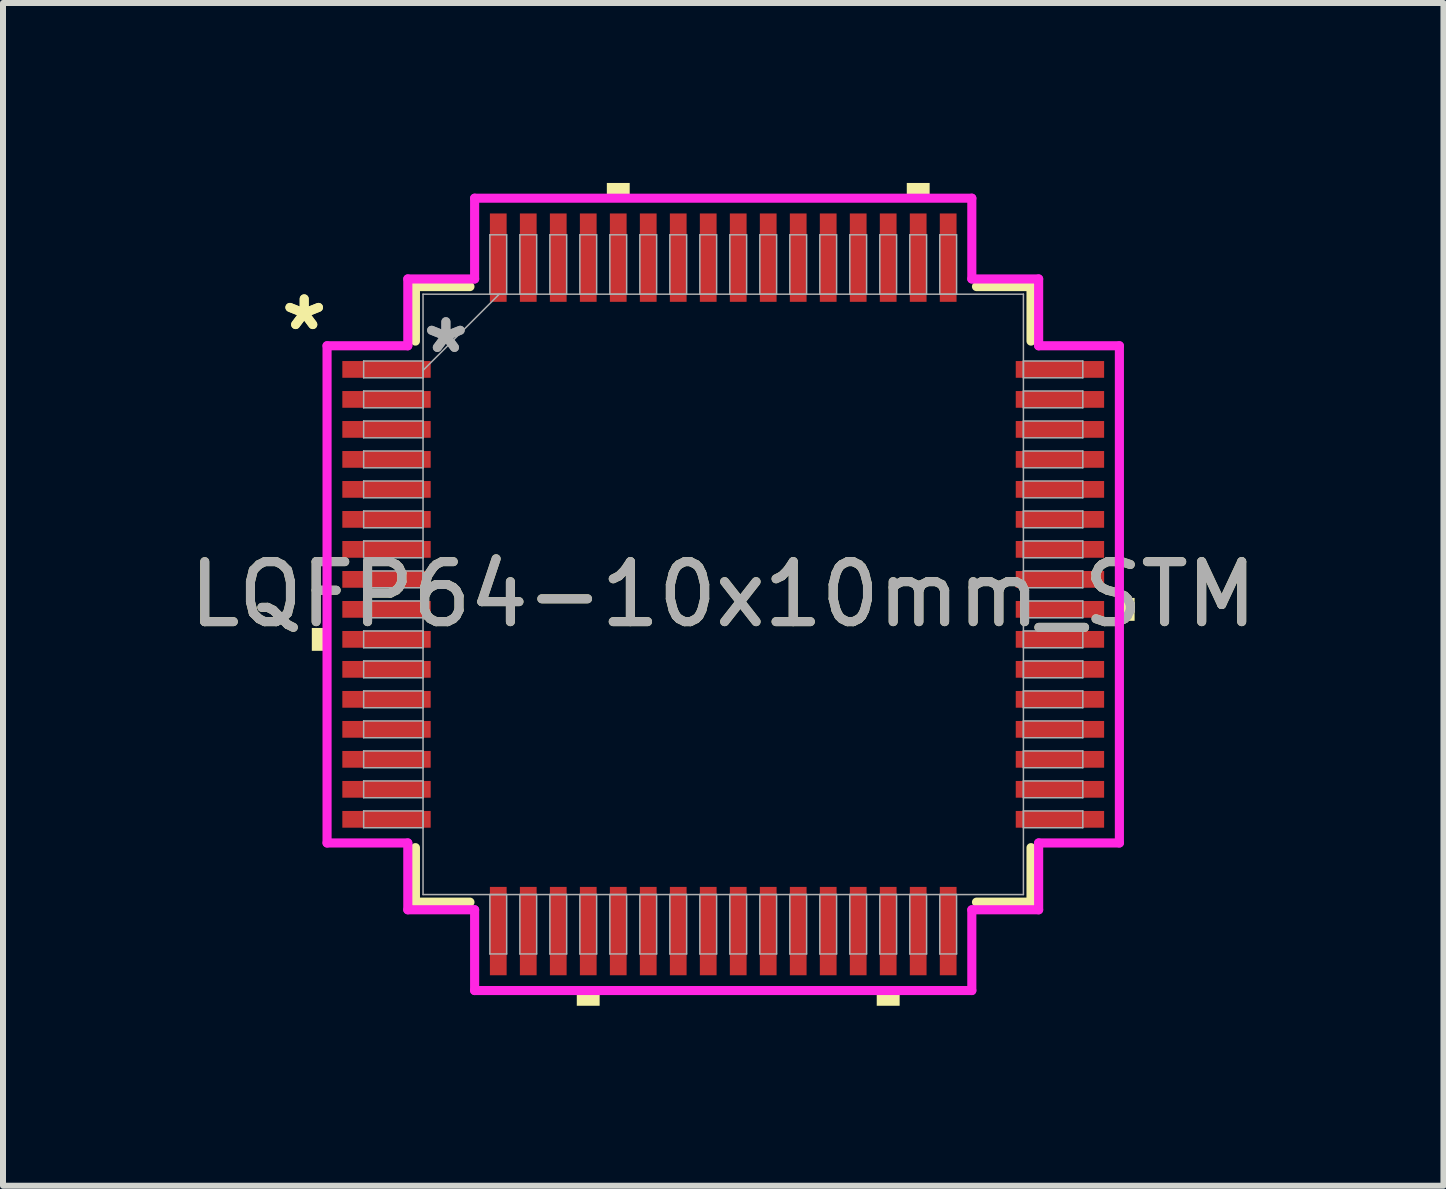
<source format=kicad_pcb>
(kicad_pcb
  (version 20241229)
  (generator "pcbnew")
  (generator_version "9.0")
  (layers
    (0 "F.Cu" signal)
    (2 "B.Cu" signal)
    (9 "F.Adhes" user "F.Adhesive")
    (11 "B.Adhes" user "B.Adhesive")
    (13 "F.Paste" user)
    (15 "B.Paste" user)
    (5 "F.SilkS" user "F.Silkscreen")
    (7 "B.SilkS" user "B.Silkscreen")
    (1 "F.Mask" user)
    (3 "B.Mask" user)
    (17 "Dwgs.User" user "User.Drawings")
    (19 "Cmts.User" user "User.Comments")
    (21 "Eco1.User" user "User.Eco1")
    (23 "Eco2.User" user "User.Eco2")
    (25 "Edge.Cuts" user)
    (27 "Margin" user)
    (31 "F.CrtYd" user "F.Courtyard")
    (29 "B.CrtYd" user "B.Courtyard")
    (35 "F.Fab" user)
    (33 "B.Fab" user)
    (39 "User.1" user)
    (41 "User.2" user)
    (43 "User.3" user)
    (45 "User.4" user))
  (footprint "LQFP64-10x10mm_STM"
    (layer "F.Cu")
    (at 9.006 6.858)
    (property "Reference" "LQFP64-10x10mm_STM" (at 0 0 0) (unlocked yes) (layer "F.SilkS") (effects (font (size 1 1) (thickness 0.15))))
    (attr smd)
    (fp_line (start -5.131 -5.131) (end -5.131 -4.222) (stroke (width 0.152) (type solid)) (layer "F.SilkS"))
    (fp_line (start -5.131 4.222) (end -5.131 5.131) (stroke (width 0.152) (type solid)) (layer "F.SilkS"))
    (fp_line (start -5.131 5.131) (end -4.222 5.131) (stroke (width 0.152) (type solid)) (layer "F.SilkS"))
    (fp_line (start -4.222 -5.131) (end -5.131 -5.131) (stroke (width 0.152) (type solid)) (layer "F.SilkS"))
    (fp_line (start 4.222 5.131) (end 5.131 5.131) (stroke (width 0.152) (type solid)) (layer "F.SilkS"))
    (fp_line (start 5.131 -5.131) (end 4.222 -5.131) (stroke (width 0.152) (type solid)) (layer "F.SilkS"))
    (fp_line (start 5.131 -4.222) (end 5.131 -5.131) (stroke (width 0.152) (type solid)) (layer "F.SilkS"))
    (fp_line (start 5.131 5.131) (end 5.131 4.222) (stroke (width 0.152) (type solid)) (layer "F.SilkS"))
    (fp_poly (pts (xy -6.858 0.56) (xy -6.858 0.941) (xy -6.604 0.941) (xy -6.604 0.56)) (stroke (width 0) (type solid)) (fill yes) (layer "F.SilkS"))
    (fp_poly (pts (xy -2.441 6.604) (xy -2.441 6.858) (xy -2.06 6.858) (xy -2.06 6.604)) (stroke (width 0) (type solid)) (fill yes) (layer "F.SilkS"))
    (fp_poly (pts (xy -1.94 -6.604) (xy -1.94 -6.858) (xy -1.559 -6.858) (xy -1.559 -6.604)) (stroke (width 0) (type solid)) (fill yes) (layer "F.SilkS"))
    (fp_poly (pts (xy 2.559 6.604) (xy 2.559 6.858) (xy 2.941 6.858) (xy 2.941 6.604)) (stroke (width 0) (type solid)) (fill yes) (layer "F.SilkS"))
    (fp_poly (pts (xy 3.06 -6.604) (xy 3.06 -6.858) (xy 3.441 -6.858) (xy 3.441 -6.604)) (stroke (width 0) (type solid)) (fill yes) (layer "F.SilkS"))
    (fp_poly (pts (xy 6.858 0.059) (xy 6.858 0.441) (xy 6.604 0.441) (xy 6.604 0.059)) (stroke (width 0) (type solid)) (fill yes) (layer "F.SilkS"))
    (fp_line (start -6.604 -4.144) (end -5.258 -4.144) (stroke (width 0.152) (type solid)) (layer "F.CrtYd"))
    (fp_line (start -6.604 4.144) (end -6.604 -4.144) (stroke (width 0.152) (type solid)) (layer "F.CrtYd"))
    (fp_line (start -5.258 -5.258) (end -4.144 -5.258) (stroke (width 0.152) (type solid)) (layer "F.CrtYd"))
    (fp_line (start -5.258 -4.144) (end -5.258 -5.258) (stroke (width 0.152) (type solid)) (layer "F.CrtYd"))
    (fp_line (start -5.258 4.144) (end -6.604 4.144) (stroke (width 0.152) (type solid)) (layer "F.CrtYd"))
    (fp_line (start -5.258 5.258) (end -5.258 4.144) (stroke (width 0.152) (type solid)) (layer "F.CrtYd"))
    (fp_line (start -5.258 5.258) (end -4.144 5.258) (stroke (width 0.152) (type solid)) (layer "F.CrtYd"))
    (fp_line (start -4.144 -6.604) (end 4.144 -6.604) (stroke (width 0.152) (type solid)) (layer "F.CrtYd"))
    (fp_line (start -4.144 -5.258) (end -4.144 -6.604) (stroke (width 0.152) (type solid)) (layer "F.CrtYd"))
    (fp_line (start -4.144 5.258) (end -4.144 6.604) (stroke (width 0.152) (type solid)) (layer "F.CrtYd"))
    (fp_line (start -4.144 6.604) (end 4.144 6.604) (stroke (width 0.152) (type solid)) (layer "F.CrtYd"))
    (fp_line (start 4.144 -6.604) (end 4.144 -5.258) (stroke (width 0.152) (type solid)) (layer "F.CrtYd"))
    (fp_line (start 4.144 -5.258) (end 5.258 -5.258) (stroke (width 0.152) (type solid)) (layer "F.CrtYd"))
    (fp_line (start 4.144 5.258) (end 5.258 5.258) (stroke (width 0.152) (type solid)) (layer "F.CrtYd"))
    (fp_line (start 4.144 6.604) (end 4.144 5.258) (stroke (width 0.152) (type solid)) (layer "F.CrtYd"))
    (fp_line (start 5.258 -4.144) (end 5.258 -5.258) (stroke (width 0.152) (type solid)) (layer "F.CrtYd"))
    (fp_line (start 5.258 4.144) (end 6.604 4.144) (stroke (width 0.152) (type solid)) (layer "F.CrtYd"))
    (fp_line (start 5.258 5.258) (end 5.258 4.144) (stroke (width 0.152) (type solid)) (layer "F.CrtYd"))
    (fp_line (start 6.604 -4.144) (end 5.258 -4.144) (stroke (width 0.152) (type solid)) (layer "F.CrtYd"))
    (fp_line (start 6.604 4.144) (end 6.604 -4.144) (stroke (width 0.152) (type solid)) (layer "F.CrtYd"))
    (fp_line (start -5.994 -3.89) (end -5.994 -3.61) (stroke (width 0.025) (type solid)) (layer "F.Fab"))
    (fp_line (start -5.994 -3.61) (end -5.004 -3.61) (stroke (width 0.025) (type solid)) (layer "F.Fab"))
    (fp_line (start -5.994 -3.39) (end -5.994 -3.11) (stroke (width 0.025) (type solid)) (layer "F.Fab"))
    (fp_line (start -5.994 -3.11) (end -5.004 -3.11) (stroke (width 0.025) (type solid)) (layer "F.Fab"))
    (fp_line (start -5.994 -2.89) (end -5.994 -2.61) (stroke (width 0.025) (type solid)) (layer "F.Fab"))
    (fp_line (start -5.994 -2.61) (end -5.004 -2.61) (stroke (width 0.025) (type solid)) (layer "F.Fab"))
    (fp_line (start -5.994 -2.39) (end -5.994 -2.11) (stroke (width 0.025) (type solid)) (layer "F.Fab"))
    (fp_line (start -5.994 -2.11) (end -5.004 -2.11) (stroke (width 0.025) (type solid)) (layer "F.Fab"))
    (fp_line (start -5.994 -1.89) (end -5.994 -1.61) (stroke (width 0.025) (type solid)) (layer "F.Fab"))
    (fp_line (start -5.994 -1.61) (end -5.004 -1.61) (stroke (width 0.025) (type solid)) (layer "F.Fab"))
    (fp_line (start -5.994 -1.39) (end -5.994 -1.11) (stroke (width 0.025) (type solid)) (layer "F.Fab"))
    (fp_line (start -5.994 -1.11) (end -5.004 -1.11) (stroke (width 0.025) (type solid)) (layer "F.Fab"))
    (fp_line (start -5.994 -0.89) (end -5.994 -0.61) (stroke (width 0.025) (type solid)) (layer "F.Fab"))
    (fp_line (start -5.994 -0.61) (end -5.004 -0.61) (stroke (width 0.025) (type solid)) (layer "F.Fab"))
    (fp_line (start -5.994 -0.39) (end -5.994 -0.11) (stroke (width 0.025) (type solid)) (layer "F.Fab"))
    (fp_line (start -5.994 -0.11) (end -5.004 -0.11) (stroke (width 0.025) (type solid)) (layer "F.Fab"))
    (fp_line (start -5.994 0.11) (end -5.994 0.39) (stroke (width 0.025) (type solid)) (layer "F.Fab"))
    (fp_line (start -5.994 0.39) (end -5.004 0.39) (stroke (width 0.025) (type solid)) (layer "F.Fab"))
    (fp_line (start -5.994 0.61) (end -5.994 0.89) (stroke (width 0.025) (type solid)) (layer "F.Fab"))
    (fp_line (start -5.994 0.89) (end -5.004 0.89) (stroke (width 0.025) (type solid)) (layer "F.Fab"))
    (fp_line (start -5.994 1.11) (end -5.994 1.39) (stroke (width 0.025) (type solid)) (layer "F.Fab"))
    (fp_line (start -5.994 1.39) (end -5.004 1.39) (stroke (width 0.025) (type solid)) (layer "F.Fab"))
    (fp_line (start -5.994 1.61) (end -5.994 1.89) (stroke (width 0.025) (type solid)) (layer "F.Fab"))
    (fp_line (start -5.994 1.89) (end -5.004 1.89) (stroke (width 0.025) (type solid)) (layer "F.Fab"))
    (fp_line (start -5.994 2.11) (end -5.994 2.39) (stroke (width 0.025) (type solid)) (layer "F.Fab"))
    (fp_line (start -5.994 2.39) (end -5.004 2.39) (stroke (width 0.025) (type solid)) (layer "F.Fab"))
    (fp_line (start -5.994 2.61) (end -5.994 2.89) (stroke (width 0.025) (type solid)) (layer "F.Fab"))
    (fp_line (start -5.994 2.89) (end -5.004 2.89) (stroke (width 0.025) (type solid)) (layer "F.Fab"))
    (fp_line (start -5.994 3.11) (end -5.994 3.39) (stroke (width 0.025) (type solid)) (layer "F.Fab"))
    (fp_line (start -5.994 3.39) (end -5.004 3.39) (stroke (width 0.025) (type solid)) (layer "F.Fab"))
    (fp_line (start -5.994 3.61) (end -5.994 3.89) (stroke (width 0.025) (type solid)) (layer "F.Fab"))
    (fp_line (start -5.994 3.89) (end -5.004 3.89) (stroke (width 0.025) (type solid)) (layer "F.Fab"))
    (fp_line (start -5.004 -5.004) (end -5.004 5.004) (stroke (width 0.025) (type solid)) (layer "F.Fab"))
    (fp_line (start -5.004 -3.89) (end -5.994 -3.89) (stroke (width 0.025) (type solid)) (layer "F.Fab"))
    (fp_line (start -5.004 -3.734) (end -3.734 -5.004) (stroke (width 0.025) (type solid)) (layer "F.Fab"))
    (fp_line (start -5.004 -3.61) (end -5.004 -3.89) (stroke (width 0.025) (type solid)) (layer "F.Fab"))
    (fp_line (start -5.004 -3.39) (end -5.994 -3.39) (stroke (width 0.025) (type solid)) (layer "F.Fab"))
    (fp_line (start -5.004 -3.11) (end -5.004 -3.39) (stroke (width 0.025) (type solid)) (layer "F.Fab"))
    (fp_line (start -5.004 -2.89) (end -5.994 -2.89) (stroke (width 0.025) (type solid)) (layer "F.Fab"))
    (fp_line (start -5.004 -2.61) (end -5.004 -2.89) (stroke (width 0.025) (type solid)) (layer "F.Fab"))
    (fp_line (start -5.004 -2.39) (end -5.994 -2.39) (stroke (width 0.025) (type solid)) (layer "F.Fab"))
    (fp_line (start -5.004 -2.11) (end -5.004 -2.39) (stroke (width 0.025) (type solid)) (layer "F.Fab"))
    (fp_line (start -5.004 -1.89) (end -5.994 -1.89) (stroke (width 0.025) (type solid)) (layer "F.Fab"))
    (fp_line (start -5.004 -1.61) (end -5.004 -1.89) (stroke (width 0.025) (type solid)) (layer "F.Fab"))
    (fp_line (start -5.004 -1.39) (end -5.994 -1.39) (stroke (width 0.025) (type solid)) (layer "F.Fab"))
    (fp_line (start -5.004 -1.11) (end -5.004 -1.39) (stroke (width 0.025) (type solid)) (layer "F.Fab"))
    (fp_line (start -5.004 -0.89) (end -5.994 -0.89) (stroke (width 0.025) (type solid)) (layer "F.Fab"))
    (fp_line (start -5.004 -0.61) (end -5.004 -0.89) (stroke (width 0.025) (type solid)) (layer "F.Fab"))
    (fp_line (start -5.004 -0.39) (end -5.994 -0.39) (stroke (width 0.025) (type solid)) (layer "F.Fab"))
    (fp_line (start -5.004 -0.11) (end -5.004 -0.39) (stroke (width 0.025) (type solid)) (layer "F.Fab"))
    (fp_line (start -5.004 0.11) (end -5.994 0.11) (stroke (width 0.025) (type solid)) (layer "F.Fab"))
    (fp_line (start -5.004 0.39) (end -5.004 0.11) (stroke (width 0.025) (type solid)) (layer "F.Fab"))
    (fp_line (start -5.004 0.61) (end -5.994 0.61) (stroke (width 0.025) (type solid)) (layer "F.Fab"))
    (fp_line (start -5.004 0.89) (end -5.004 0.61) (stroke (width 0.025) (type solid)) (layer "F.Fab"))
    (fp_line (start -5.004 1.11) (end -5.994 1.11) (stroke (width 0.025) (type solid)) (layer "F.Fab"))
    (fp_line (start -5.004 1.39) (end -5.004 1.11) (stroke (width 0.025) (type solid)) (layer "F.Fab"))
    (fp_line (start -5.004 1.61) (end -5.994 1.61) (stroke (width 0.025) (type solid)) (layer "F.Fab"))
    (fp_line (start -5.004 1.89) (end -5.004 1.61) (stroke (width 0.025) (type solid)) (layer "F.Fab"))
    (fp_line (start -5.004 2.11) (end -5.994 2.11) (stroke (width 0.025) (type solid)) (layer "F.Fab"))
    (fp_line (start -5.004 2.39) (end -5.004 2.11) (stroke (width 0.025) (type solid)) (layer "F.Fab"))
    (fp_line (start -5.004 2.61) (end -5.994 2.61) (stroke (width 0.025) (type solid)) (layer "F.Fab"))
    (fp_line (start -5.004 2.89) (end -5.004 2.61) (stroke (width 0.025) (type solid)) (layer "F.Fab"))
    (fp_line (start -5.004 3.11) (end -5.994 3.11) (stroke (width 0.025) (type solid)) (layer "F.Fab"))
    (fp_line (start -5.004 3.39) (end -5.004 3.11) (stroke (width 0.025) (type solid)) (layer "F.Fab"))
    (fp_line (start -5.004 3.61) (end -5.994 3.61) (stroke (width 0.025) (type solid)) (layer "F.Fab"))
    (fp_line (start -5.004 3.89) (end -5.004 3.61) (stroke (width 0.025) (type solid)) (layer "F.Fab"))
    (fp_line (start -5.004 5.004) (end 5.004 5.004) (stroke (width 0.025) (type solid)) (layer "F.Fab"))
    (fp_line (start -3.89 -5.994) (end -3.89 -5.004) (stroke (width 0.025) (type solid)) (layer "F.Fab"))
    (fp_line (start -3.89 -5.004) (end -3.61 -5.004) (stroke (width 0.025) (type solid)) (layer "F.Fab"))
    (fp_line (start -3.89 5.004) (end -3.89 5.994) (stroke (width 0.025) (type solid)) (layer "F.Fab"))
    (fp_line (start -3.89 5.994) (end -3.61 5.994) (stroke (width 0.025) (type solid)) (layer "F.Fab"))
    (fp_line (start -3.61 -5.994) (end -3.89 -5.994) (stroke (width 0.025) (type solid)) (layer "F.Fab"))
    (fp_line (start -3.61 -5.004) (end -3.61 -5.994) (stroke (width 0.025) (type solid)) (layer "F.Fab"))
    (fp_line (start -3.61 5.004) (end -3.89 5.004) (stroke (width 0.025) (type solid)) (layer "F.Fab"))
    (fp_line (start -3.61 5.994) (end -3.61 5.004) (stroke (width 0.025) (type solid)) (layer "F.Fab"))
    (fp_line (start -3.39 -5.994) (end -3.39 -5.004) (stroke (width 0.025) (type solid)) (layer "F.Fab"))
    (fp_line (start -3.39 -5.004) (end -3.11 -5.004) (stroke (width 0.025) (type solid)) (layer "F.Fab"))
    (fp_line (start -3.39 5.004) (end -3.39 5.994) (stroke (width 0.025) (type solid)) (layer "F.Fab"))
    (fp_line (start -3.39 5.994) (end -3.11 5.994) (stroke (width 0.025) (type solid)) (layer "F.Fab"))
    (fp_line (start -3.11 -5.994) (end -3.39 -5.994) (stroke (width 0.025) (type solid)) (layer "F.Fab"))
    (fp_line (start -3.11 -5.004) (end -3.11 -5.994) (stroke (width 0.025) (type solid)) (layer "F.Fab"))
    (fp_line (start -3.11 5.004) (end -3.39 5.004) (stroke (width 0.025) (type solid)) (layer "F.Fab"))
    (fp_line (start -3.11 5.994) (end -3.11 5.004) (stroke (width 0.025) (type solid)) (layer "F.Fab"))
    (fp_line (start -2.89 -5.994) (end -2.89 -5.004) (stroke (width 0.025) (type solid)) (layer "F.Fab"))
    (fp_line (start -2.89 -5.004) (end -2.61 -5.004) (stroke (width 0.025) (type solid)) (layer "F.Fab"))
    (fp_line (start -2.89 5.004) (end -2.89 5.994) (stroke (width 0.025) (type solid)) (layer "F.Fab"))
    (fp_line (start -2.89 5.994) (end -2.61 5.994) (stroke (width 0.025) (type solid)) (layer "F.Fab"))
    (fp_line (start -2.61 -5.994) (end -2.89 -5.994) (stroke (width 0.025) (type solid)) (layer "F.Fab"))
    (fp_line (start -2.61 -5.004) (end -2.61 -5.994) (stroke (width 0.025) (type solid)) (layer "F.Fab"))
    (fp_line (start -2.61 5.004) (end -2.89 5.004) (stroke (width 0.025) (type solid)) (layer "F.Fab"))
    (fp_line (start -2.61 5.994) (end -2.61 5.004) (stroke (width 0.025) (type solid)) (layer "F.Fab"))
    (fp_line (start -2.39 -5.994) (end -2.39 -5.004) (stroke (width 0.025) (type solid)) (layer "F.Fab"))
    (fp_line (start -2.39 -5.004) (end -2.11 -5.004) (stroke (width 0.025) (type solid)) (layer "F.Fab"))
    (fp_line (start -2.39 5.004) (end -2.39 5.994) (stroke (width 0.025) (type solid)) (layer "F.Fab"))
    (fp_line (start -2.39 5.994) (end -2.11 5.994) (stroke (width 0.025) (type solid)) (layer "F.Fab"))
    (fp_line (start -2.11 -5.994) (end -2.39 -5.994) (stroke (width 0.025) (type solid)) (layer "F.Fab"))
    (fp_line (start -2.11 -5.004) (end -2.11 -5.994) (stroke (width 0.025) (type solid)) (layer "F.Fab"))
    (fp_line (start -2.11 5.004) (end -2.39 5.004) (stroke (width 0.025) (type solid)) (layer "F.Fab"))
    (fp_line (start -2.11 5.994) (end -2.11 5.004) (stroke (width 0.025) (type solid)) (layer "F.Fab"))
    (fp_line (start -1.89 -5.994) (end -1.89 -5.004) (stroke (width 0.025) (type solid)) (layer "F.Fab"))
    (fp_line (start -1.89 -5.004) (end -1.61 -5.004) (stroke (width 0.025) (type solid)) (layer "F.Fab"))
    (fp_line (start -1.89 5.004) (end -1.89 5.994) (stroke (width 0.025) (type solid)) (layer "F.Fab"))
    (fp_line (start -1.89 5.994) (end -1.61 5.994) (stroke (width 0.025) (type solid)) (layer "F.Fab"))
    (fp_line (start -1.61 -5.994) (end -1.89 -5.994) (stroke (width 0.025) (type solid)) (layer "F.Fab"))
    (fp_line (start -1.61 -5.004) (end -1.61 -5.994) (stroke (width 0.025) (type solid)) (layer "F.Fab"))
    (fp_line (start -1.61 5.004) (end -1.89 5.004) (stroke (width 0.025) (type solid)) (layer "F.Fab"))
    (fp_line (start -1.61 5.994) (end -1.61 5.004) (stroke (width 0.025) (type solid)) (layer "F.Fab"))
    (fp_line (start -1.39 -5.994) (end -1.39 -5.004) (stroke (width 0.025) (type solid)) (layer "F.Fab"))
    (fp_line (start -1.39 -5.004) (end -1.11 -5.004) (stroke (width 0.025) (type solid)) (layer "F.Fab"))
    (fp_line (start -1.39 5.004) (end -1.39 5.994) (stroke (width 0.025) (type solid)) (layer "F.Fab"))
    (fp_line (start -1.39 5.994) (end -1.11 5.994) (stroke (width 0.025) (type solid)) (layer "F.Fab"))
    (fp_line (start -1.11 -5.994) (end -1.39 -5.994) (stroke (width 0.025) (type solid)) (layer "F.Fab"))
    (fp_line (start -1.11 -5.004) (end -1.11 -5.994) (stroke (width 0.025) (type solid)) (layer "F.Fab"))
    (fp_line (start -1.11 5.004) (end -1.39 5.004) (stroke (width 0.025) (type solid)) (layer "F.Fab"))
    (fp_line (start -1.11 5.994) (end -1.11 5.004) (stroke (width 0.025) (type solid)) (layer "F.Fab"))
    (fp_line (start -0.89 -5.994) (end -0.89 -5.004) (stroke (width 0.025) (type solid)) (layer "F.Fab"))
    (fp_line (start -0.89 -5.004) (end -0.61 -5.004) (stroke (width 0.025) (type solid)) (layer "F.Fab"))
    (fp_line (start -0.89 5.004) (end -0.89 5.994) (stroke (width 0.025) (type solid)) (layer "F.Fab"))
    (fp_line (start -0.89 5.994) (end -0.61 5.994) (stroke (width 0.025) (type solid)) (layer "F.Fab"))
    (fp_line (start -0.61 -5.994) (end -0.89 -5.994) (stroke (width 0.025) (type solid)) (layer "F.Fab"))
    (fp_line (start -0.61 -5.004) (end -0.61 -5.994) (stroke (width 0.025) (type solid)) (layer "F.Fab"))
    (fp_line (start -0.61 5.004) (end -0.89 5.004) (stroke (width 0.025) (type solid)) (layer "F.Fab"))
    (fp_line (start -0.61 5.994) (end -0.61 5.004) (stroke (width 0.025) (type solid)) (layer "F.Fab"))
    (fp_line (start -0.39 -5.994) (end -0.39 -5.004) (stroke (width 0.025) (type solid)) (layer "F.Fab"))
    (fp_line (start -0.39 -5.004) (end -0.11 -5.004) (stroke (width 0.025) (type solid)) (layer "F.Fab"))
    (fp_line (start -0.39 5.004) (end -0.39 5.994) (stroke (width 0.025) (type solid)) (layer "F.Fab"))
    (fp_line (start -0.39 5.994) (end -0.11 5.994) (stroke (width 0.025) (type solid)) (layer "F.Fab"))
    (fp_line (start -0.11 -5.994) (end -0.39 -5.994) (stroke (width 0.025) (type solid)) (layer "F.Fab"))
    (fp_line (start -0.11 -5.004) (end -0.11 -5.994) (stroke (width 0.025) (type solid)) (layer "F.Fab"))
    (fp_line (start -0.11 5.004) (end -0.39 5.004) (stroke (width 0.025) (type solid)) (layer "F.Fab"))
    (fp_line (start -0.11 5.994) (end -0.11 5.004) (stroke (width 0.025) (type solid)) (layer "F.Fab"))
    (fp_line (start 0.11 -5.994) (end 0.11 -5.004) (stroke (width 0.025) (type solid)) (layer "F.Fab"))
    (fp_line (start 0.11 -5.004) (end 0.39 -5.004) (stroke (width 0.025) (type solid)) (layer "F.Fab"))
    (fp_line (start 0.11 5.004) (end 0.11 5.994) (stroke (width 0.025) (type solid)) (layer "F.Fab"))
    (fp_line (start 0.11 5.994) (end 0.39 5.994) (stroke (width 0.025) (type solid)) (layer "F.Fab"))
    (fp_line (start 0.39 -5.994) (end 0.11 -5.994) (stroke (width 0.025) (type solid)) (layer "F.Fab"))
    (fp_line (start 0.39 -5.004) (end 0.39 -5.994) (stroke (width 0.025) (type solid)) (layer "F.Fab"))
    (fp_line (start 0.39 5.004) (end 0.11 5.004) (stroke (width 0.025) (type solid)) (layer "F.Fab"))
    (fp_line (start 0.39 5.994) (end 0.39 5.004) (stroke (width 0.025) (type solid)) (layer "F.Fab"))
    (fp_line (start 0.61 -5.994) (end 0.61 -5.004) (stroke (width 0.025) (type solid)) (layer "F.Fab"))
    (fp_line (start 0.61 -5.004) (end 0.89 -5.004) (stroke (width 0.025) (type solid)) (layer "F.Fab"))
    (fp_line (start 0.61 5.004) (end 0.61 5.994) (stroke (width 0.025) (type solid)) (layer "F.Fab"))
    (fp_line (start 0.61 5.994) (end 0.89 5.994) (stroke (width 0.025) (type solid)) (layer "F.Fab"))
    (fp_line (start 0.89 -5.994) (end 0.61 -5.994) (stroke (width 0.025) (type solid)) (layer "F.Fab"))
    (fp_line (start 0.89 -5.004) (end 0.89 -5.994) (stroke (width 0.025) (type solid)) (layer "F.Fab"))
    (fp_line (start 0.89 5.004) (end 0.61 5.004) (stroke (width 0.025) (type solid)) (layer "F.Fab"))
    (fp_line (start 0.89 5.994) (end 0.89 5.004) (stroke (width 0.025) (type solid)) (layer "F.Fab"))
    (fp_line (start 1.11 -5.994) (end 1.11 -5.004) (stroke (width 0.025) (type solid)) (layer "F.Fab"))
    (fp_line (start 1.11 -5.004) (end 1.39 -5.004) (stroke (width 0.025) (type solid)) (layer "F.Fab"))
    (fp_line (start 1.11 5.004) (end 1.11 5.994) (stroke (width 0.025) (type solid)) (layer "F.Fab"))
    (fp_line (start 1.11 5.994) (end 1.39 5.994) (stroke (width 0.025) (type solid)) (layer "F.Fab"))
    (fp_line (start 1.39 -5.994) (end 1.11 -5.994) (stroke (width 0.025) (type solid)) (layer "F.Fab"))
    (fp_line (start 1.39 -5.004) (end 1.39 -5.994) (stroke (width 0.025) (type solid)) (layer "F.Fab"))
    (fp_line (start 1.39 5.004) (end 1.11 5.004) (stroke (width 0.025) (type solid)) (layer "F.Fab"))
    (fp_line (start 1.39 5.994) (end 1.39 5.004) (stroke (width 0.025) (type solid)) (layer "F.Fab"))
    (fp_line (start 1.61 -5.994) (end 1.61 -5.004) (stroke (width 0.025) (type solid)) (layer "F.Fab"))
    (fp_line (start 1.61 -5.004) (end 1.89 -5.004) (stroke (width 0.025) (type solid)) (layer "F.Fab"))
    (fp_line (start 1.61 5.004) (end 1.61 5.994) (stroke (width 0.025) (type solid)) (layer "F.Fab"))
    (fp_line (start 1.61 5.994) (end 1.89 5.994) (stroke (width 0.025) (type solid)) (layer "F.Fab"))
    (fp_line (start 1.89 -5.994) (end 1.61 -5.994) (stroke (width 0.025) (type solid)) (layer "F.Fab"))
    (fp_line (start 1.89 -5.004) (end 1.89 -5.994) (stroke (width 0.025) (type solid)) (layer "F.Fab"))
    (fp_line (start 1.89 5.004) (end 1.61 5.004) (stroke (width 0.025) (type solid)) (layer "F.Fab"))
    (fp_line (start 1.89 5.994) (end 1.89 5.004) (stroke (width 0.025) (type solid)) (layer "F.Fab"))
    (fp_line (start 2.11 -5.994) (end 2.11 -5.004) (stroke (width 0.025) (type solid)) (layer "F.Fab"))
    (fp_line (start 2.11 -5.004) (end 2.39 -5.004) (stroke (width 0.025) (type solid)) (layer "F.Fab"))
    (fp_line (start 2.11 5.004) (end 2.11 5.994) (stroke (width 0.025) (type solid)) (layer "F.Fab"))
    (fp_line (start 2.11 5.994) (end 2.39 5.994) (stroke (width 0.025) (type solid)) (layer "F.Fab"))
    (fp_line (start 2.39 -5.994) (end 2.11 -5.994) (stroke (width 0.025) (type solid)) (layer "F.Fab"))
    (fp_line (start 2.39 -5.004) (end 2.39 -5.994) (stroke (width 0.025) (type solid)) (layer "F.Fab"))
    (fp_line (start 2.39 5.004) (end 2.11 5.004) (stroke (width 0.025) (type solid)) (layer "F.Fab"))
    (fp_line (start 2.39 5.994) (end 2.39 5.004) (stroke (width 0.025) (type solid)) (layer "F.Fab"))
    (fp_line (start 2.61 -5.994) (end 2.61 -5.004) (stroke (width 0.025) (type solid)) (layer "F.Fab"))
    (fp_line (start 2.61 -5.004) (end 2.89 -5.004) (stroke (width 0.025) (type solid)) (layer "F.Fab"))
    (fp_line (start 2.61 5.004) (end 2.61 5.994) (stroke (width 0.025) (type solid)) (layer "F.Fab"))
    (fp_line (start 2.61 5.994) (end 2.89 5.994) (stroke (width 0.025) (type solid)) (layer "F.Fab"))
    (fp_line (start 2.89 -5.994) (end 2.61 -5.994) (stroke (width 0.025) (type solid)) (layer "F.Fab"))
    (fp_line (start 2.89 -5.004) (end 2.89 -5.994) (stroke (width 0.025) (type solid)) (layer "F.Fab"))
    (fp_line (start 2.89 5.004) (end 2.61 5.004) (stroke (width 0.025) (type solid)) (layer "F.Fab"))
    (fp_line (start 2.89 5.994) (end 2.89 5.004) (stroke (width 0.025) (type solid)) (layer "F.Fab"))
    (fp_line (start 3.11 -5.994) (end 3.11 -5.004) (stroke (width 0.025) (type solid)) (layer "F.Fab"))
    (fp_line (start 3.11 -5.004) (end 3.39 -5.004) (stroke (width 0.025) (type solid)) (layer "F.Fab"))
    (fp_line (start 3.11 5.004) (end 3.11 5.994) (stroke (width 0.025) (type solid)) (layer "F.Fab"))
    (fp_line (start 3.11 5.994) (end 3.39 5.994) (stroke (width 0.025) (type solid)) (layer "F.Fab"))
    (fp_line (start 3.39 -5.994) (end 3.11 -5.994) (stroke (width 0.025) (type solid)) (layer "F.Fab"))
    (fp_line (start 3.39 -5.004) (end 3.39 -5.994) (stroke (width 0.025) (type solid)) (layer "F.Fab"))
    (fp_line (start 3.39 5.004) (end 3.11 5.004) (stroke (width 0.025) (type solid)) (layer "F.Fab"))
    (fp_line (start 3.39 5.994) (end 3.39 5.004) (stroke (width 0.025) (type solid)) (layer "F.Fab"))
    (fp_line (start 3.61 -5.994) (end 3.61 -5.004) (stroke (width 0.025) (type solid)) (layer "F.Fab"))
    (fp_line (start 3.61 -5.004) (end 3.89 -5.004) (stroke (width 0.025) (type solid)) (layer "F.Fab"))
    (fp_line (start 3.61 5.004) (end 3.61 5.994) (stroke (width 0.025) (type solid)) (layer "F.Fab"))
    (fp_line (start 3.61 5.994) (end 3.89 5.994) (stroke (width 0.025) (type solid)) (layer "F.Fab"))
    (fp_line (start 3.89 -5.994) (end 3.61 -5.994) (stroke (width 0.025) (type solid)) (layer "F.Fab"))
    (fp_line (start 3.89 -5.004) (end 3.89 -5.994) (stroke (width 0.025) (type solid)) (layer "F.Fab"))
    (fp_line (start 3.89 5.004) (end 3.61 5.004) (stroke (width 0.025) (type solid)) (layer "F.Fab"))
    (fp_line (start 3.89 5.994) (end 3.89 5.004) (stroke (width 0.025) (type solid)) (layer "F.Fab"))
    (fp_line (start 5.004 -5.004) (end -5.004 -5.004) (stroke (width 0.025) (type solid)) (layer "F.Fab"))
    (fp_line (start 5.004 -3.89) (end 5.004 -3.61) (stroke (width 0.025) (type solid)) (layer "F.Fab"))
    (fp_line (start 5.004 -3.61) (end 5.994 -3.61) (stroke (width 0.025) (type solid)) (layer "F.Fab"))
    (fp_line (start 5.004 -3.39) (end 5.004 -3.11) (stroke (width 0.025) (type solid)) (layer "F.Fab"))
    (fp_line (start 5.004 -3.11) (end 5.994 -3.11) (stroke (width 0.025) (type solid)) (layer "F.Fab"))
    (fp_line (start 5.004 -2.89) (end 5.004 -2.61) (stroke (width 0.025) (type solid)) (layer "F.Fab"))
    (fp_line (start 5.004 -2.61) (end 5.994 -2.61) (stroke (width 0.025) (type solid)) (layer "F.Fab"))
    (fp_line (start 5.004 -2.39) (end 5.004 -2.11) (stroke (width 0.025) (type solid)) (layer "F.Fab"))
    (fp_line (start 5.004 -2.11) (end 5.994 -2.11) (stroke (width 0.025) (type solid)) (layer "F.Fab"))
    (fp_line (start 5.004 -1.89) (end 5.004 -1.61) (stroke (width 0.025) (type solid)) (layer "F.Fab"))
    (fp_line (start 5.004 -1.61) (end 5.994 -1.61) (stroke (width 0.025) (type solid)) (layer "F.Fab"))
    (fp_line (start 5.004 -1.39) (end 5.004 -1.11) (stroke (width 0.025) (type solid)) (layer "F.Fab"))
    (fp_line (start 5.004 -1.11) (end 5.994 -1.11) (stroke (width 0.025) (type solid)) (layer "F.Fab"))
    (fp_line (start 5.004 -0.89) (end 5.004 -0.61) (stroke (width 0.025) (type solid)) (layer "F.Fab"))
    (fp_line (start 5.004 -0.61) (end 5.994 -0.61) (stroke (width 0.025) (type solid)) (layer "F.Fab"))
    (fp_line (start 5.004 -0.39) (end 5.004 -0.11) (stroke (width 0.025) (type solid)) (layer "F.Fab"))
    (fp_line (start 5.004 -0.11) (end 5.994 -0.11) (stroke (width 0.025) (type solid)) (layer "F.Fab"))
    (fp_line (start 5.004 0.11) (end 5.004 0.39) (stroke (width 0.025) (type solid)) (layer "F.Fab"))
    (fp_line (start 5.004 0.39) (end 5.994 0.39) (stroke (width 0.025) (type solid)) (layer "F.Fab"))
    (fp_line (start 5.004 0.61) (end 5.004 0.89) (stroke (width 0.025) (type solid)) (layer "F.Fab"))
    (fp_line (start 5.004 0.89) (end 5.994 0.89) (stroke (width 0.025) (type solid)) (layer "F.Fab"))
    (fp_line (start 5.004 1.11) (end 5.004 1.39) (stroke (width 0.025) (type solid)) (layer "F.Fab"))
    (fp_line (start 5.004 1.39) (end 5.994 1.39) (stroke (width 0.025) (type solid)) (layer "F.Fab"))
    (fp_line (start 5.004 1.61) (end 5.004 1.89) (stroke (width 0.025) (type solid)) (layer "F.Fab"))
    (fp_line (start 5.004 1.89) (end 5.994 1.89) (stroke (width 0.025) (type solid)) (layer "F.Fab"))
    (fp_line (start 5.004 2.11) (end 5.004 2.39) (stroke (width 0.025) (type solid)) (layer "F.Fab"))
    (fp_line (start 5.004 2.39) (end 5.994 2.39) (stroke (width 0.025) (type solid)) (layer "F.Fab"))
    (fp_line (start 5.004 2.61) (end 5.004 2.89) (stroke (width 0.025) (type solid)) (layer "F.Fab"))
    (fp_line (start 5.004 2.89) (end 5.994 2.89) (stroke (width 0.025) (type solid)) (layer "F.Fab"))
    (fp_line (start 5.004 3.11) (end 5.004 3.39) (stroke (width 0.025) (type solid)) (layer "F.Fab"))
    (fp_line (start 5.004 3.39) (end 5.994 3.39) (stroke (width 0.025) (type solid)) (layer "F.Fab"))
    (fp_line (start 5.004 3.61) (end 5.004 3.89) (stroke (width 0.025) (type solid)) (layer "F.Fab"))
    (fp_line (start 5.004 3.89) (end 5.994 3.89) (stroke (width 0.025) (type solid)) (layer "F.Fab"))
    (fp_line (start 5.004 5.004) (end 5.004 -5.004) (stroke (width 0.025) (type solid)) (layer "F.Fab"))
    (fp_line (start 5.994 -3.89) (end 5.004 -3.89) (stroke (width 0.025) (type solid)) (layer "F.Fab"))
    (fp_line (start 5.994 -3.61) (end 5.994 -3.89) (stroke (width 0.025) (type solid)) (layer "F.Fab"))
    (fp_line (start 5.994 -3.39) (end 5.004 -3.39) (stroke (width 0.025) (type solid)) (layer "F.Fab"))
    (fp_line (start 5.994 -3.11) (end 5.994 -3.39) (stroke (width 0.025) (type solid)) (layer "F.Fab"))
    (fp_line (start 5.994 -2.89) (end 5.004 -2.89) (stroke (width 0.025) (type solid)) (layer "F.Fab"))
    (fp_line (start 5.994 -2.61) (end 5.994 -2.89) (stroke (width 0.025) (type solid)) (layer "F.Fab"))
    (fp_line (start 5.994 -2.39) (end 5.004 -2.39) (stroke (width 0.025) (type solid)) (layer "F.Fab"))
    (fp_line (start 5.994 -2.11) (end 5.994 -2.39) (stroke (width 0.025) (type solid)) (layer "F.Fab"))
    (fp_line (start 5.994 -1.89) (end 5.004 -1.89) (stroke (width 0.025) (type solid)) (layer "F.Fab"))
    (fp_line (start 5.994 -1.61) (end 5.994 -1.89) (stroke (width 0.025) (type solid)) (layer "F.Fab"))
    (fp_line (start 5.994 -1.39) (end 5.004 -1.39) (stroke (width 0.025) (type solid)) (layer "F.Fab"))
    (fp_line (start 5.994 -1.11) (end 5.994 -1.39) (stroke (width 0.025) (type solid)) (layer "F.Fab"))
    (fp_line (start 5.994 -0.89) (end 5.004 -0.89) (stroke (width 0.025) (type solid)) (layer "F.Fab"))
    (fp_line (start 5.994 -0.61) (end 5.994 -0.89) (stroke (width 0.025) (type solid)) (layer "F.Fab"))
    (fp_line (start 5.994 -0.39) (end 5.004 -0.39) (stroke (width 0.025) (type solid)) (layer "F.Fab"))
    (fp_line (start 5.994 -0.11) (end 5.994 -0.39) (stroke (width 0.025) (type solid)) (layer "F.Fab"))
    (fp_line (start 5.994 0.11) (end 5.004 0.11) (stroke (width 0.025) (type solid)) (layer "F.Fab"))
    (fp_line (start 5.994 0.39) (end 5.994 0.11) (stroke (width 0.025) (type solid)) (layer "F.Fab"))
    (fp_line (start 5.994 0.61) (end 5.004 0.61) (stroke (width 0.025) (type solid)) (layer "F.Fab"))
    (fp_line (start 5.994 0.89) (end 5.994 0.61) (stroke (width 0.025) (type solid)) (layer "F.Fab"))
    (fp_line (start 5.994 1.11) (end 5.004 1.11) (stroke (width 0.025) (type solid)) (layer "F.Fab"))
    (fp_line (start 5.994 1.39) (end 5.994 1.11) (stroke (width 0.025) (type solid)) (layer "F.Fab"))
    (fp_line (start 5.994 1.61) (end 5.004 1.61) (stroke (width 0.025) (type solid)) (layer "F.Fab"))
    (fp_line (start 5.994 1.89) (end 5.994 1.61) (stroke (width 0.025) (type solid)) (layer "F.Fab"))
    (fp_line (start 5.994 2.11) (end 5.004 2.11) (stroke (width 0.025) (type solid)) (layer "F.Fab"))
    (fp_line (start 5.994 2.39) (end 5.994 2.11) (stroke (width 0.025) (type solid)) (layer "F.Fab"))
    (fp_line (start 5.994 2.61) (end 5.004 2.61) (stroke (width 0.025) (type solid)) (layer "F.Fab"))
    (fp_line (start 5.994 2.89) (end 5.994 2.61) (stroke (width 0.025) (type solid)) (layer "F.Fab"))
    (fp_line (start 5.994 3.11) (end 5.004 3.11) (stroke (width 0.025) (type solid)) (layer "F.Fab"))
    (fp_line (start 5.994 3.39) (end 5.994 3.11) (stroke (width 0.025) (type solid)) (layer "F.Fab"))
    (fp_line (start 5.994 3.61) (end 5.004 3.61) (stroke (width 0.025) (type solid)) (layer "F.Fab"))
    (fp_line (start 5.994 3.89) (end 5.994 3.61) (stroke (width 0.025) (type solid)) (layer "F.Fab"))
    (fp_text user "*" (at -6.985 -4.381 0) (layer "F.SilkS") (effects (font (size 1 1) (thickness 0.15))))
    (fp_text user "*" (at -6.985 -4.381 0) (unlocked yes) (layer "F.SilkS") (effects (font (size 1 1) (thickness 0.15))))
    (fp_text user "*" (at -4.623 -4 0) (unlocked yes) (layer "F.Fab") (effects (font (size 1 1) (thickness 0.15))))
    (fp_text user "${REFERENCE}" (at 0 0 0) (unlocked yes) (layer "F.Fab") (effects (font (size 1 1) (thickness 0.15))))
    (fp_text user "*" (at -4.623 -4 0) (layer "F.Fab") (effects (font (size 1 1) (thickness 0.15))))
    (pad "1" smd rect (at -5.613 -3.75 90) (size 0.279 1.473) (layers "F.Cu" "F.Mask" "F.Paste"))
    (pad "2" smd rect (at -5.613 -3.25 90) (size 0.279 1.473) (layers "F.Cu" "F.Mask" "F.Paste"))
    (pad "3" smd rect (at -5.613 -2.75 90) (size 0.279 1.473) (layers "F.Cu" "F.Mask" "F.Paste"))
    (pad "4" smd rect (at -5.613 -2.25 90) (size 0.279 1.473) (layers "F.Cu" "F.Mask" "F.Paste"))
    (pad "5" smd rect (at -5.613 -1.75 90) (size 0.279 1.473) (layers "F.Cu" "F.Mask" "F.Paste"))
    (pad "6" smd rect (at -5.613 -1.25 90) (size 0.279 1.473) (layers "F.Cu" "F.Mask" "F.Paste"))
    (pad "7" smd rect (at -5.613 -0.75 90) (size 0.279 1.473) (layers "F.Cu" "F.Mask" "F.Paste"))
    (pad "8" smd rect (at -5.613 -0.25 90) (size 0.279 1.473) (layers "F.Cu" "F.Mask" "F.Paste"))
    (pad "9" smd rect (at -5.613 0.25 90) (size 0.279 1.473) (layers "F.Cu" "F.Mask" "F.Paste"))
    (pad "10" smd rect (at -5.613 0.75 90) (size 0.279 1.473) (layers "F.Cu" "F.Mask" "F.Paste"))
    (pad "11" smd rect (at -5.613 1.25 90) (size 0.279 1.473) (layers "F.Cu" "F.Mask" "F.Paste"))
    (pad "12" smd rect (at -5.613 1.75 90) (size 0.279 1.473) (layers "F.Cu" "F.Mask" "F.Paste"))
    (pad "13" smd rect (at -5.613 2.25 90) (size 0.279 1.473) (layers "F.Cu" "F.Mask" "F.Paste"))
    (pad "14" smd rect (at -5.613 2.75 90) (size 0.279 1.473) (layers "F.Cu" "F.Mask" "F.Paste"))
    (pad "15" smd rect (at -5.613 3.25 90) (size 0.279 1.473) (layers "F.Cu" "F.Mask" "F.Paste"))
    (pad "16" smd rect (at -5.613 3.75 90) (size 0.279 1.473) (layers "F.Cu" "F.Mask" "F.Paste"))
    (pad "17" smd rect (at -3.75 5.613) (size 0.279 1.473) (layers "F.Cu" "F.Mask" "F.Paste"))
    (pad "18" smd rect (at -3.25 5.613) (size 0.279 1.473) (layers "F.Cu" "F.Mask" "F.Paste"))
    (pad "19" smd rect (at -2.75 5.613) (size 0.279 1.473) (layers "F.Cu" "F.Mask" "F.Paste"))
    (pad "20" smd rect (at -2.25 5.613) (size 0.279 1.473) (layers "F.Cu" "F.Mask" "F.Paste"))
    (pad "21" smd rect (at -1.75 5.613) (size 0.279 1.473) (layers "F.Cu" "F.Mask" "F.Paste"))
    (pad "22" smd rect (at -1.25 5.613) (size 0.279 1.473) (layers "F.Cu" "F.Mask" "F.Paste"))
    (pad "23" smd rect (at -0.75 5.613) (size 0.279 1.473) (layers "F.Cu" "F.Mask" "F.Paste"))
    (pad "24" smd rect (at -0.25 5.613) (size 0.279 1.473) (layers "F.Cu" "F.Mask" "F.Paste"))
    (pad "25" smd rect (at 0.25 5.613) (size 0.279 1.473) (layers "F.Cu" "F.Mask" "F.Paste"))
    (pad "26" smd rect (at 0.75 5.613) (size 0.279 1.473) (layers "F.Cu" "F.Mask" "F.Paste"))
    (pad "27" smd rect (at 1.25 5.613) (size 0.279 1.473) (layers "F.Cu" "F.Mask" "F.Paste"))
    (pad "28" smd rect (at 1.75 5.613) (size 0.279 1.473) (layers "F.Cu" "F.Mask" "F.Paste"))
    (pad "29" smd rect (at 2.25 5.613) (size 0.279 1.473) (layers "F.Cu" "F.Mask" "F.Paste"))
    (pad "30" smd rect (at 2.75 5.613) (size 0.279 1.473) (layers "F.Cu" "F.Mask" "F.Paste"))
    (pad "31" smd rect (at 3.25 5.613) (size 0.279 1.473) (layers "F.Cu" "F.Mask" "F.Paste"))
    (pad "32" smd rect (at 3.75 5.613) (size 0.279 1.473) (layers "F.Cu" "F.Mask" "F.Paste"))
    (pad "33" smd rect (at 5.613 3.75 90) (size 0.279 1.473) (layers "F.Cu" "F.Mask" "F.Paste"))
    (pad "34" smd rect (at 5.613 3.25 90) (size 0.279 1.473) (layers "F.Cu" "F.Mask" "F.Paste"))
    (pad "35" smd rect (at 5.613 2.75 90) (size 0.279 1.473) (layers "F.Cu" "F.Mask" "F.Paste"))
    (pad "36" smd rect (at 5.613 2.25 90) (size 0.279 1.473) (layers "F.Cu" "F.Mask" "F.Paste"))
    (pad "37" smd rect (at 5.613 1.75 90) (size 0.279 1.473) (layers "F.Cu" "F.Mask" "F.Paste"))
    (pad "38" smd rect (at 5.613 1.25 90) (size 0.279 1.473) (layers "F.Cu" "F.Mask" "F.Paste"))
    (pad "39" smd rect (at 5.613 0.75 90) (size 0.279 1.473) (layers "F.Cu" "F.Mask" "F.Paste"))
    (pad "40" smd rect (at 5.613 0.25 90) (size 0.279 1.473) (layers "F.Cu" "F.Mask" "F.Paste"))
    (pad "41" smd rect (at 5.613 -0.25 90) (size 0.279 1.473) (layers "F.Cu" "F.Mask" "F.Paste"))
    (pad "42" smd rect (at 5.613 -0.75 90) (size 0.279 1.473) (layers "F.Cu" "F.Mask" "F.Paste"))
    (pad "43" smd rect (at 5.613 -1.25 90) (size 0.279 1.473) (layers "F.Cu" "F.Mask" "F.Paste"))
    (pad "44" smd rect (at 5.613 -1.75 90) (size 0.279 1.473) (layers "F.Cu" "F.Mask" "F.Paste"))
    (pad "45" smd rect (at 5.613 -2.25 90) (size 0.279 1.473) (layers "F.Cu" "F.Mask" "F.Paste"))
    (pad "46" smd rect (at 5.613 -2.75 90) (size 0.279 1.473) (layers "F.Cu" "F.Mask" "F.Paste"))
    (pad "47" smd rect (at 5.613 -3.25 90) (size 0.279 1.473) (layers "F.Cu" "F.Mask" "F.Paste"))
    (pad "48" smd rect (at 5.613 -3.75 90) (size 0.279 1.473) (layers "F.Cu" "F.Mask" "F.Paste"))
    (pad "49" smd rect (at 3.75 -5.613) (size 0.279 1.473) (layers "F.Cu" "F.Mask" "F.Paste"))
    (pad "50" smd rect (at 3.25 -5.613) (size 0.279 1.473) (layers "F.Cu" "F.Mask" "F.Paste"))
    (pad "51" smd rect (at 2.75 -5.613) (size 0.279 1.473) (layers "F.Cu" "F.Mask" "F.Paste"))
    (pad "52" smd rect (at 2.25 -5.613) (size 0.279 1.473) (layers "F.Cu" "F.Mask" "F.Paste"))
    (pad "53" smd rect (at 1.75 -5.613) (size 0.279 1.473) (layers "F.Cu" "F.Mask" "F.Paste"))
    (pad "54" smd rect (at 1.25 -5.613) (size 0.279 1.473) (layers "F.Cu" "F.Mask" "F.Paste"))
    (pad "55" smd rect (at 0.75 -5.613) (size 0.279 1.473) (layers "F.Cu" "F.Mask" "F.Paste"))
    (pad "56" smd rect (at 0.25 -5.613) (size 0.279 1.473) (layers "F.Cu" "F.Mask" "F.Paste"))
    (pad "57" smd rect (at -0.25 -5.613) (size 0.279 1.473) (layers "F.Cu" "F.Mask" "F.Paste"))
    (pad "58" smd rect (at -0.75 -5.613) (size 0.279 1.473) (layers "F.Cu" "F.Mask" "F.Paste"))
    (pad "59" smd rect (at -1.25 -5.613) (size 0.279 1.473) (layers "F.Cu" "F.Mask" "F.Paste"))
    (pad "60" smd rect (at -1.75 -5.613) (size 0.279 1.473) (layers "F.Cu" "F.Mask" "F.Paste"))
    (pad "61" smd rect (at -2.25 -5.613) (size 0.279 1.473) (layers "F.Cu" "F.Mask" "F.Paste"))
    (pad "62" smd rect (at -2.75 -5.613) (size 0.279 1.473) (layers "F.Cu" "F.Mask" "F.Paste"))
    (pad "63" smd rect (at -3.25 -5.613) (size 0.279 1.473) (layers "F.Cu" "F.Mask" "F.Paste"))
    (pad "64" smd rect (at -3.75 -5.613) (size 0.279 1.473) (layers "F.Cu" "F.Mask" "F.Paste")))
  (gr_rect
    (start -3 -3)
    (end 21.012 16.716)
    (stroke (width 0.1) (type default))
    (fill no)
    (layer "Edge.Cuts")))
</source>
